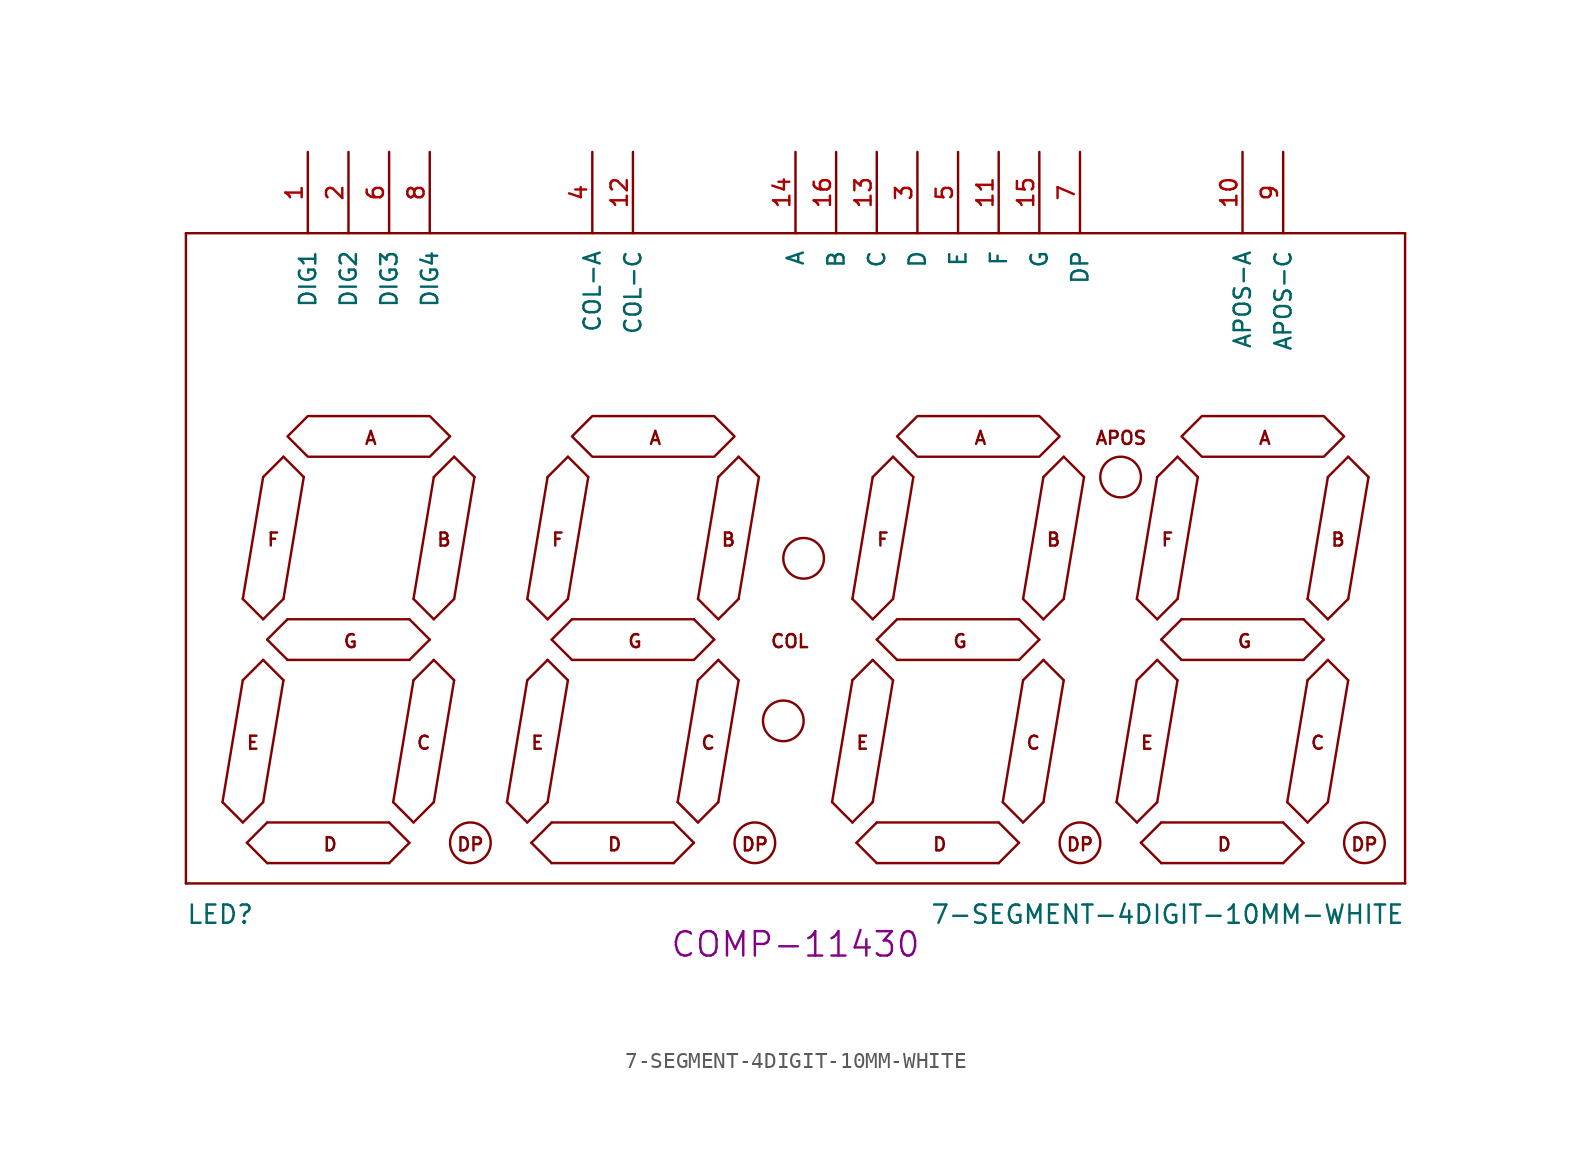
<source format=kicad_sym>
(kicad_symbol_lib
  (version 20220914)
  (generator kicad_symbol_editor)
  (symbol "7-SEGMENT-4DIGIT-10MM-WHITE"
    (pin_names
      (offset 1.016))
    (property "Reference" "LED"
      (at -38.1 -19.05 0)
      (effects (font (size 1.143 1.143)) (justify left top)))
    (property "Value" "7-SEGMENT-4DIGIT-10MM-WHITE"
      (at 38.1 -19.05 0)
      (effects (font (size 1.143 1.143)) (justify right top)))
    (property "Field4" "COMP-11430"
      (at 0 -21.59 0)
      (effects (font (size 1.524 1.524))))
    (property "ki_locked" ""
      (at 0 0 0)
      (effects (font (size 1.27 1.27))))
    (symbol "7-SEGMENT-4DIGIT-10MM-WHITE_1_0"
      (polyline (pts (xy -38.1 -17.78) (xy -38.1 22.86)) (stroke (width 0) (type solid)) (fill (type none)))
      (polyline (pts (xy -35.814 -12.7) (xy -34.544 -13.97)) (stroke (width 0) (type solid)) (fill (type none)))
      (polyline (pts (xy -34.544 -13.97) (xy -33.274 -12.7)) (stroke (width 0) (type solid)) (fill (type none)))
      (polyline (pts (xy -34.544 -5.08) (xy -35.814 -12.7)) (stroke (width 0) (type solid)) (fill (type none)))
      (polyline (pts (xy -34.544 0) (xy -33.274 -1.27)) (stroke (width 0) (type solid)) (fill (type none)))
      (polyline (pts (xy -34.29 -15.24) (xy -33.02 -16.51)) (stroke (width 0) (type solid)) (fill (type none)))
      (polyline (pts (xy -34.29 -15.24) (xy -33.02 -13.97)) (stroke (width 0) (type solid)) (fill (type none)))
      (polyline (pts (xy -33.274 -12.7) (xy -32.004 -5.08)) (stroke (width 0) (type solid)) (fill (type none)))
      (polyline (pts (xy -33.274 -3.81) (xy -34.544 -5.08)) (stroke (width 0) (type solid)) (fill (type none)))
      (polyline (pts (xy -33.274 -3.81) (xy -32.004 -5.08)) (stroke (width 0) (type solid)) (fill (type none)))
      (polyline (pts (xy -33.274 -1.27) (xy -32.004 0)) (stroke (width 0) (type solid)) (fill (type none)))
      (polyline (pts (xy -33.274 7.62) (xy -34.544 0)) (stroke (width 0) (type solid)) (fill (type none)))
      (polyline (pts (xy -33.02 -16.51) (xy -25.4 -16.51)) (stroke (width 0) (type solid)) (fill (type none)))
      (polyline (pts (xy -33.02 -2.54) (xy -31.75 -3.81)) (stroke (width 0) (type solid)) (fill (type none)))
      (polyline (pts (xy -33.02 -2.54) (xy -31.75 -1.27)) (stroke (width 0) (type solid)) (fill (type none)))
      (polyline (pts (xy -32.004 0) (xy -30.734 7.62)) (stroke (width 0) (type solid)) (fill (type none)))
      (polyline (pts (xy -32.004 8.89) (xy -33.274 7.62)) (stroke (width 0) (type solid)) (fill (type none)))
      (polyline (pts (xy -32.004 8.89) (xy -30.734 7.62)) (stroke (width 0) (type solid)) (fill (type none)))
      (polyline (pts (xy -31.75 -3.81) (xy -24.13 -3.81)) (stroke (width 0) (type solid)) (fill (type none)))
      (polyline (pts (xy -25.4 -16.51) (xy -24.13 -15.24)) (stroke (width 0) (type solid)) (fill (type none)))
      (polyline (pts (xy -25.4 -13.97) (xy -33.02 -13.97)) (stroke (width 0) (type solid)) (fill (type none)))
      (polyline (pts (xy -25.146 -12.7) (xy -23.876 -13.97)) (stroke (width 0) (type solid)) (fill (type none)))
      (polyline (pts (xy -24.13 -15.24) (xy -25.4 -13.97)) (stroke (width 0) (type solid)) (fill (type none)))
      (polyline (pts (xy -24.13 -3.81) (xy -22.86 -2.54)) (stroke (width 0) (type solid)) (fill (type none)))
      (polyline (pts (xy -24.13 -1.27) (xy -31.75 -1.27)) (stroke (width 0) (type solid)) (fill (type none)))
      (polyline (pts (xy -23.876 -13.97) (xy -22.606 -12.7)) (stroke (width 0) (type solid)) (fill (type none)))
      (polyline (pts (xy -23.876 -5.08) (xy -25.146 -12.7)) (stroke (width 0) (type solid)) (fill (type none)))
      (polyline (pts (xy -23.876 0) (xy -22.606 -1.27)) (stroke (width 0) (type solid)) (fill (type none)))
      (polyline (pts (xy -22.86 -2.54) (xy -24.13 -1.27)) (stroke (width 0) (type solid)) (fill (type none)))
      (polyline (pts (xy -22.606 -12.7) (xy -21.336 -5.08)) (stroke (width 0) (type solid)) (fill (type none)))
      (polyline (pts (xy -22.606 -3.81) (xy -23.876 -5.08)) (stroke (width 0) (type solid)) (fill (type none)))
      (polyline (pts (xy -22.606 -3.81) (xy -21.336 -5.08)) (stroke (width 0) (type solid)) (fill (type none)))
      (polyline (pts (xy -22.606 -1.27) (xy -21.336 0)) (stroke (width 0) (type solid)) (fill (type none)))
      (polyline (pts (xy -22.606 7.62) (xy -23.876 0)) (stroke (width 0) (type solid)) (fill (type none)))
      (polyline (pts (xy -21.336 0) (xy -20.066 7.62)) (stroke (width 0) (type solid)) (fill (type none)))
      (polyline (pts (xy -21.336 8.89) (xy -22.606 7.62)) (stroke (width 0) (type solid)) (fill (type none)))
      (polyline (pts (xy -21.336 8.89) (xy -20.066 7.62)) (stroke (width 0) (type solid)) (fill (type none)))
      (polyline (pts (xy -18.034 -12.7) (xy -16.764 -13.97)) (stroke (width 0) (type solid)) (fill (type none)))
      (polyline (pts (xy -16.764 -13.97) (xy -15.494 -12.7)) (stroke (width 0) (type solid)) (fill (type none)))
      (polyline (pts (xy -16.764 -5.08) (xy -18.034 -12.7)) (stroke (width 0) (type solid)) (fill (type none)))
      (polyline (pts (xy -16.764 0) (xy -15.494 -1.27)) (stroke (width 0) (type solid)) (fill (type none)))
      (polyline (pts (xy -16.51 -15.24) (xy -15.24 -16.51)) (stroke (width 0) (type solid)) (fill (type none)))
      (polyline (pts (xy -16.51 -15.24) (xy -15.24 -13.97)) (stroke (width 0) (type solid)) (fill (type none)))
      (polyline (pts (xy -15.494 -12.7) (xy -14.224 -5.08)) (stroke (width 0) (type solid)) (fill (type none)))
      (polyline (pts (xy -15.494 -3.81) (xy -16.764 -5.08)) (stroke (width 0) (type solid)) (fill (type none)))
      (polyline (pts (xy -15.494 -3.81) (xy -14.224 -5.08)) (stroke (width 0) (type solid)) (fill (type none)))
      (polyline (pts (xy -15.494 -1.27) (xy -14.224 0)) (stroke (width 0) (type solid)) (fill (type none)))
      (polyline (pts (xy -15.494 7.62) (xy -16.764 0)) (stroke (width 0) (type solid)) (fill (type none)))
      (polyline (pts (xy -15.24 -16.51) (xy -7.62 -16.51)) (stroke (width 0) (type solid)) (fill (type none)))
      (polyline (pts (xy -15.24 -2.54) (xy -13.97 -3.81)) (stroke (width 0) (type solid)) (fill (type none)))
      (polyline (pts (xy -15.24 -2.54) (xy -13.97 -1.27)) (stroke (width 0) (type solid)) (fill (type none)))
      (polyline (pts (xy -14.224 0) (xy -12.954 7.62)) (stroke (width 0) (type solid)) (fill (type none)))
      (polyline (pts (xy -14.224 8.89) (xy -15.494 7.62)) (stroke (width 0) (type solid)) (fill (type none)))
      (polyline (pts (xy -14.224 8.89) (xy -12.954 7.62)) (stroke (width 0) (type solid)) (fill (type none)))
      (polyline (pts (xy -13.97 -3.81) (xy -6.35 -3.81)) (stroke (width 0) (type solid)) (fill (type none)))
      (polyline (pts (xy -7.62 -16.51) (xy -6.35 -15.24)) (stroke (width 0) (type solid)) (fill (type none)))
      (polyline (pts (xy -7.62 -13.97) (xy -15.24 -13.97)) (stroke (width 0) (type solid)) (fill (type none)))
      (polyline (pts (xy -7.366 -12.7) (xy -6.096 -13.97)) (stroke (width 0) (type solid)) (fill (type none)))
      (polyline (pts (xy -6.35 -15.24) (xy -7.62 -13.97)) (stroke (width 0) (type solid)) (fill (type none)))
      (polyline (pts (xy -6.35 -3.81) (xy -5.08 -2.54)) (stroke (width 0) (type solid)) (fill (type none)))
      (polyline (pts (xy -6.35 -1.27) (xy -13.97 -1.27)) (stroke (width 0) (type solid)) (fill (type none)))
      (polyline (pts (xy -6.096 -13.97) (xy -4.826 -12.7)) (stroke (width 0) (type solid)) (fill (type none)))
      (polyline (pts (xy -6.096 -5.08) (xy -7.366 -12.7)) (stroke (width 0) (type solid)) (fill (type none)))
      (polyline (pts (xy -6.096 0) (xy -4.826 -1.27)) (stroke (width 0) (type solid)) (fill (type none)))
      (polyline (pts (xy -5.08 -2.54) (xy -6.35 -1.27)) (stroke (width 0) (type solid)) (fill (type none)))
      (polyline (pts (xy -4.826 -12.7) (xy -3.556 -5.08)) (stroke (width 0) (type solid)) (fill (type none)))
      (polyline (pts (xy -4.826 -3.81) (xy -6.096 -5.08)) (stroke (width 0) (type solid)) (fill (type none)))
      (polyline (pts (xy -4.826 -3.81) (xy -3.556 -5.08)) (stroke (width 0) (type solid)) (fill (type none)))
      (polyline (pts (xy -4.826 -1.27) (xy -3.556 0)) (stroke (width 0) (type solid)) (fill (type none)))
      (polyline (pts (xy -4.826 7.62) (xy -6.096 0)) (stroke (width 0) (type solid)) (fill (type none)))
      (polyline (pts (xy -3.556 0) (xy -2.286 7.62)) (stroke (width 0) (type solid)) (fill (type none)))
      (polyline (pts (xy -3.556 8.89) (xy -4.826 7.62)) (stroke (width 0) (type solid)) (fill (type none)))
      (polyline (pts (xy -3.556 8.89) (xy -2.286 7.62)) (stroke (width 0) (type solid)) (fill (type none)))
      (polyline (pts (xy 2.286 -12.7) (xy 3.556 -13.97)) (stroke (width 0) (type solid)) (fill (type none)))
      (polyline (pts (xy 3.556 -13.97) (xy 4.826 -12.7)) (stroke (width 0) (type solid)) (fill (type none)))
      (polyline (pts (xy 3.556 -5.08) (xy 2.286 -12.7)) (stroke (width 0) (type solid)) (fill (type none)))
      (polyline (pts (xy 3.556 0) (xy 4.826 -1.27)) (stroke (width 0) (type solid)) (fill (type none)))
      (polyline (pts (xy 3.81 -15.24) (xy 5.08 -16.51)) (stroke (width 0) (type solid)) (fill (type none)))
      (polyline (pts (xy 3.81 -15.24) (xy 5.08 -13.97)) (stroke (width 0) (type solid)) (fill (type none)))
      (polyline (pts (xy 4.826 -12.7) (xy 6.096 -5.08)) (stroke (width 0) (type solid)) (fill (type none)))
      (polyline (pts (xy 4.826 -3.81) (xy 3.556 -5.08)) (stroke (width 0) (type solid)) (fill (type none)))
      (polyline (pts (xy 4.826 -3.81) (xy 6.096 -5.08)) (stroke (width 0) (type solid)) (fill (type none)))
      (polyline (pts (xy 4.826 -1.27) (xy 6.096 0)) (stroke (width 0) (type solid)) (fill (type none)))
      (polyline (pts (xy 4.826 7.62) (xy 3.556 0)) (stroke (width 0) (type solid)) (fill (type none)))
      (polyline (pts (xy 5.08 -16.51) (xy 12.7 -16.51)) (stroke (width 0) (type solid)) (fill (type none)))
      (polyline (pts (xy 5.08 -2.54) (xy 6.35 -3.81)) (stroke (width 0) (type solid)) (fill (type none)))
      (polyline (pts (xy 5.08 -2.54) (xy 6.35 -1.27)) (stroke (width 0) (type solid)) (fill (type none)))
      (polyline (pts (xy 6.096 0) (xy 7.366 7.62)) (stroke (width 0) (type solid)) (fill (type none)))
      (polyline (pts (xy 6.096 8.89) (xy 4.826 7.62)) (stroke (width 0) (type solid)) (fill (type none)))
      (polyline (pts (xy 6.096 8.89) (xy 7.366 7.62)) (stroke (width 0) (type solid)) (fill (type none)))
      (polyline (pts (xy 6.35 -3.81) (xy 13.97 -3.81)) (stroke (width 0) (type solid)) (fill (type none)))
      (polyline (pts (xy 12.7 -16.51) (xy 13.97 -15.24)) (stroke (width 0) (type solid)) (fill (type none)))
      (polyline (pts (xy 12.7 -13.97) (xy 5.08 -13.97)) (stroke (width 0) (type solid)) (fill (type none)))
      (polyline (pts (xy 12.954 -12.7) (xy 14.224 -13.97)) (stroke (width 0) (type solid)) (fill (type none)))
      (polyline (pts (xy 13.97 -15.24) (xy 12.7 -13.97)) (stroke (width 0) (type solid)) (fill (type none)))
      (polyline (pts (xy 13.97 -3.81) (xy 15.24 -2.54)) (stroke (width 0) (type solid)) (fill (type none)))
      (polyline (pts (xy 13.97 -1.27) (xy 6.35 -1.27)) (stroke (width 0) (type solid)) (fill (type none)))
      (polyline (pts (xy 14.224 -13.97) (xy 15.494 -12.7)) (stroke (width 0) (type solid)) (fill (type none)))
      (polyline (pts (xy 14.224 -5.08) (xy 12.954 -12.7)) (stroke (width 0) (type solid)) (fill (type none)))
      (polyline (pts (xy 14.224 0) (xy 15.494 -1.27)) (stroke (width 0) (type solid)) (fill (type none)))
      (polyline (pts (xy 15.24 -2.54) (xy 13.97 -1.27)) (stroke (width 0) (type solid)) (fill (type none)))
      (polyline (pts (xy 15.494 -12.7) (xy 16.764 -5.08)) (stroke (width 0) (type solid)) (fill (type none)))
      (polyline (pts (xy 15.494 -3.81) (xy 14.224 -5.08)) (stroke (width 0) (type solid)) (fill (type none)))
      (polyline (pts (xy 15.494 -3.81) (xy 16.764 -5.08)) (stroke (width 0) (type solid)) (fill (type none)))
      (polyline (pts (xy 15.494 -1.27) (xy 16.764 0)) (stroke (width 0) (type solid)) (fill (type none)))
      (polyline (pts (xy 15.494 7.62) (xy 14.224 0)) (stroke (width 0) (type solid)) (fill (type none)))
      (polyline (pts (xy 16.764 0) (xy 18.034 7.62)) (stroke (width 0) (type solid)) (fill (type none)))
      (polyline (pts (xy 16.764 8.89) (xy 15.494 7.62)) (stroke (width 0) (type solid)) (fill (type none)))
      (polyline (pts (xy 16.764 8.89) (xy 18.034 7.62)) (stroke (width 0) (type solid)) (fill (type none)))
      (polyline (pts (xy 20.066 -12.7) (xy 21.336 -13.97)) (stroke (width 0) (type solid)) (fill (type none)))
      (polyline (pts (xy 21.336 -13.97) (xy 22.606 -12.7)) (stroke (width 0) (type solid)) (fill (type none)))
      (polyline (pts (xy 21.336 -5.08) (xy 20.066 -12.7)) (stroke (width 0) (type solid)) (fill (type none)))
      (polyline (pts (xy 21.336 0) (xy 22.606 -1.27)) (stroke (width 0) (type solid)) (fill (type none)))
      (polyline (pts (xy 21.59 -15.24) (xy 22.86 -16.51)) (stroke (width 0) (type solid)) (fill (type none)))
      (polyline (pts (xy 21.59 -15.24) (xy 22.86 -13.97)) (stroke (width 0) (type solid)) (fill (type none)))
      (polyline (pts (xy 22.606 -12.7) (xy 23.876 -5.08)) (stroke (width 0) (type solid)) (fill (type none)))
      (polyline (pts (xy 22.606 -3.81) (xy 21.336 -5.08)) (stroke (width 0) (type solid)) (fill (type none)))
      (polyline (pts (xy 22.606 -3.81) (xy 23.876 -5.08)) (stroke (width 0) (type solid)) (fill (type none)))
      (polyline (pts (xy 22.606 -1.27) (xy 23.876 0)) (stroke (width 0) (type solid)) (fill (type none)))
      (polyline (pts (xy 22.606 7.62) (xy 21.336 0)) (stroke (width 0) (type solid)) (fill (type none)))
      (polyline (pts (xy 22.86 -16.51) (xy 30.48 -16.51)) (stroke (width 0) (type solid)) (fill (type none)))
      (polyline (pts (xy 22.86 -2.54) (xy 24.13 -3.81)) (stroke (width 0) (type solid)) (fill (type none)))
      (polyline (pts (xy 22.86 -2.54) (xy 24.13 -1.27)) (stroke (width 0) (type solid)) (fill (type none)))
      (polyline (pts (xy 23.876 0) (xy 25.146 7.62)) (stroke (width 0) (type solid)) (fill (type none)))
      (polyline (pts (xy 23.876 8.89) (xy 22.606 7.62)) (stroke (width 0) (type solid)) (fill (type none)))
      (polyline (pts (xy 23.876 8.89) (xy 25.146 7.62)) (stroke (width 0) (type solid)) (fill (type none)))
      (polyline (pts (xy 24.13 -3.81) (xy 31.75 -3.81)) (stroke (width 0) (type solid)) (fill (type none)))
      (polyline (pts (xy 30.48 -16.51) (xy 31.75 -15.24)) (stroke (width 0) (type solid)) (fill (type none)))
      (polyline (pts (xy 30.48 -13.97) (xy 22.86 -13.97)) (stroke (width 0) (type solid)) (fill (type none)))
      (polyline (pts (xy 30.734 -12.7) (xy 32.004 -13.97)) (stroke (width 0) (type solid)) (fill (type none)))
      (polyline (pts (xy 31.75 -15.24) (xy 30.48 -13.97)) (stroke (width 0) (type solid)) (fill (type none)))
      (polyline (pts (xy 31.75 -3.81) (xy 33.02 -2.54)) (stroke (width 0) (type solid)) (fill (type none)))
      (polyline (pts (xy 31.75 -1.27) (xy 24.13 -1.27)) (stroke (width 0) (type solid)) (fill (type none)))
      (polyline (pts (xy 32.004 -13.97) (xy 33.274 -12.7)) (stroke (width 0) (type solid)) (fill (type none)))
      (polyline (pts (xy 32.004 -5.08) (xy 30.734 -12.7)) (stroke (width 0) (type solid)) (fill (type none)))
      (polyline (pts (xy 32.004 0) (xy 33.274 -1.27)) (stroke (width 0) (type solid)) (fill (type none)))
      (polyline (pts (xy 33.02 -2.54) (xy 31.75 -1.27)) (stroke (width 0) (type solid)) (fill (type none)))
      (polyline (pts (xy 33.274 -12.7) (xy 34.544 -5.08)) (stroke (width 0) (type solid)) (fill (type none)))
      (polyline (pts (xy 33.274 -3.81) (xy 32.004 -5.08)) (stroke (width 0) (type solid)) (fill (type none)))
      (polyline (pts (xy 33.274 -3.81) (xy 34.544 -5.08)) (stroke (width 0) (type solid)) (fill (type none)))
      (polyline (pts (xy 33.274 -1.27) (xy 34.544 0)) (stroke (width 0) (type solid)) (fill (type none)))
      (polyline (pts (xy 33.274 7.62) (xy 32.004 0)) (stroke (width 0) (type solid)) (fill (type none)))
      (polyline (pts (xy 34.544 0) (xy 35.814 7.62)) (stroke (width 0) (type solid)) (fill (type none)))
      (polyline (pts (xy 34.544 8.89) (xy 33.274 7.62)) (stroke (width 0) (type solid)) (fill (type none)))
      (polyline (pts (xy 34.544 8.89) (xy 35.814 7.62)) (stroke (width 0) (type solid)) (fill (type none)))
      (polyline (pts (xy 38.1 -17.78) (xy -38.1 -17.78)) (stroke (width 0) (type solid)) (fill (type none)))
      (polyline (pts (xy 38.1 22.86) (xy -38.1 22.86)) (stroke (width 0) (type solid)) (fill (type none)))
      (polyline (pts (xy 38.1 22.86) (xy 38.1 -17.78)) (stroke (width 0) (type solid)) (fill (type none)))
      (text "A" (at -26.543 10.058 0) (effects (font (size 0.813 0.813))))
      (text "A" (at -8.763 10.058 0) (effects (font (size 0.813 0.813))))
      (text "A" (at 11.557 10.058 0) (effects (font (size 0.813 0.813))))
      (text "A" (at 29.337 10.058 0) (effects (font (size 0.813 0.813))))
      (text "APOS" (at 20.345 10.058 0) (effects (font (size 0.813 0.813))))
      (text "B" (at -21.971 3.708 0) (effects (font (size 0.813 0.813))))
      (text "B" (at -4.191 3.708 0) (effects (font (size 0.813 0.813))))
      (text "B" (at 16.129 3.708 0) (effects (font (size 0.813 0.813))))
      (text "B" (at 33.909 3.708 0) (effects (font (size 0.813 0.813))))
      (text "C" (at -23.241 -8.992 0) (effects (font (size 0.813 0.813))))
      (text "C" (at -5.461 -8.992 0) (effects (font (size 0.813 0.813))))
      (text "C" (at 14.859 -8.992 0) (effects (font (size 0.813 0.813))))
      (text "C" (at 32.639 -8.992 0) (effects (font (size 0.813 0.813))))
      (text "COL" (at -0.356 -2.642 0) (effects (font (size 0.813 0.813))))
      (text "D" (at -29.083 -15.342 0) (effects (font (size 0.813 0.813))))
      (text "D" (at -11.303 -15.342 0) (effects (font (size 0.813 0.813))))
      (text "D" (at 9.017 -15.342 0) (effects (font (size 0.813 0.813))))
      (text "D" (at 26.797 -15.342 0) (effects (font (size 0.813 0.813))))
      (text "DP" (at -20.32 -15.342 0) (effects (font (size 0.813 0.813))))
      (text "DP" (at -2.54 -15.342 0) (effects (font (size 0.813 0.813))))
      (text "DP" (at 17.78 -15.342 0) (effects (font (size 0.813 0.813))))
      (text "DP" (at 35.56 -15.342 0) (effects (font (size 0.813 0.813))))
      (text "E" (at -33.909 -8.992 0) (effects (font (size 0.813 0.813))))
      (text "E" (at -16.129 -8.992 0) (effects (font (size 0.813 0.813))))
      (text "E" (at 4.191 -8.992 0) (effects (font (size 0.813 0.813))))
      (text "E" (at 21.971 -8.992 0) (effects (font (size 0.813 0.813))))
      (text "F" (at -32.639 3.708 0) (effects (font (size 0.813 0.813))))
      (text "F" (at -14.859 3.708 0) (effects (font (size 0.813 0.813))))
      (text "F" (at 5.461 3.708 0) (effects (font (size 0.813 0.813))))
      (text "F" (at 23.241 3.708 0) (effects (font (size 0.813 0.813))))
      (text "G" (at -27.813 -2.642 0) (effects (font (size 0.813 0.813))))
      (text "G" (at -10.033 -2.642 0) (effects (font (size 0.813 0.813))))
      (text "G" (at 10.287 -2.642 0) (effects (font (size 0.813 0.813))))
      (text "G" (at 28.067 -2.642 0) (effects (font (size 0.813 0.813)))))
    (symbol "7-SEGMENT-4DIGIT-10MM-WHITE_1_1"
      (circle (center -20.32 -15.24) (radius 1.27) (stroke (width 0) (type solid)) (fill (type none)))
      (circle (center -2.54 -15.24) (radius 1.27) (stroke (width 0) (type solid)) (fill (type none)))
      (circle (center -0.762 -7.62) (radius 1.27) (stroke (width 0) (type solid)) (fill (type none)))
      (polyline (pts (xy -22.86 11.43) (xy -21.59 10.16) (xy -22.86 8.89) (xy -30.48 8.89) (xy -31.75 10.16) (xy -30.48 11.43) (xy -22.86 11.43)) (stroke (width 0) (type solid)) (fill (type none)))
      (polyline (pts (xy -5.08 11.43) (xy -3.81 10.16) (xy -5.08 8.89) (xy -12.7 8.89) (xy -13.97 10.16) (xy -12.7 11.43) (xy -5.08 11.43)) (stroke (width 0) (type solid)) (fill (type none)))
      (polyline (pts (xy 15.24 11.43) (xy 16.51 10.16) (xy 15.24 8.89) (xy 7.62 8.89) (xy 6.35 10.16) (xy 7.62 11.43) (xy 15.24 11.43)) (stroke (width 0) (type solid)) (fill (type none)))
      (polyline (pts (xy 33.02 11.43) (xy 34.29 10.16) (xy 33.02 8.89) (xy 25.4 8.89) (xy 24.13 10.16) (xy 25.4 11.43) (xy 33.02 11.43)) (stroke (width 0) (type solid)) (fill (type none)))
      (circle (center 0.508 2.54) (radius 1.27) (stroke (width 0) (type solid)) (fill (type none)))
      (circle (center 17.78 -15.24) (radius 1.27) (stroke (width 0) (type solid)) (fill (type none)))
      (circle (center 20.32 7.62) (radius 1.27) (stroke (width 0) (type solid)) (fill (type none)))
      (circle (center 35.56 -15.24) (radius 1.27) (stroke (width 0) (type solid)) (fill (type none)))
      (pin bidirectional line (at -30.48 27.94 270) (length 5.08) (name "DIG1" (effects (font (size 1.016 1.016)))) (number "1" (effects (font (size 1.016 1.016)))))
      (pin bidirectional line (at 27.94 27.94 270) (length 5.08) (name "APOS-A" (effects (font (size 1.016 1.016)))) (number "10" (effects (font (size 1.016 1.016)))))
      (pin bidirectional line (at 12.7 27.94 270) (length 5.08) (name "F" (effects (font (size 1.016 1.016)))) (number "11" (effects (font (size 1.016 1.016)))))
      (pin bidirectional line (at -10.16 27.94 270) (length 5.08) (name "COL-C" (effects (font (size 1.016 1.016)))) (number "12" (effects (font (size 1.016 1.016)))))
      (pin bidirectional line (at 5.08 27.94 270) (length 5.08) (name "C" (effects (font (size 1.016 1.016)))) (number "13" (effects (font (size 1.016 1.016)))))
      (pin bidirectional line (at 0 27.94 270) (length 5.08) (name "A" (effects (font (size 1.016 1.016)))) (number "14" (effects (font (size 1.016 1.016)))))
      (pin bidirectional line (at 15.24 27.94 270) (length 5.08) (name "G" (effects (font (size 1.016 1.016)))) (number "15" (effects (font (size 1.016 1.016)))))
      (pin bidirectional line (at 2.54 27.94 270) (length 5.08) (name "B" (effects (font (size 1.016 1.016)))) (number "16" (effects (font (size 1.016 1.016)))))
      (pin bidirectional line (at -27.94 27.94 270) (length 5.08) (name "DIG2" (effects (font (size 1.016 1.016)))) (number "2" (effects (font (size 1.016 1.016)))))
      (pin bidirectional line (at 7.62 27.94 270) (length 5.08) (name "D" (effects (font (size 1.016 1.016)))) (number "3" (effects (font (size 1.016 1.016)))))
      (pin bidirectional line (at -12.7 27.94 270) (length 5.08) (name "COL-A" (effects (font (size 1.016 1.016)))) (number "4" (effects (font (size 1.016 1.016)))))
      (pin bidirectional line (at 10.16 27.94 270) (length 5.08) (name "E" (effects (font (size 1.016 1.016)))) (number "5" (effects (font (size 1.016 1.016)))))
      (pin bidirectional line (at -25.4 27.94 270) (length 5.08) (name "DIG3" (effects (font (size 1.016 1.016)))) (number "6" (effects (font (size 1.016 1.016)))))
      (pin bidirectional line (at 17.78 27.94 270) (length 5.08) (name "DP" (effects (font (size 1.016 1.016)))) (number "7" (effects (font (size 1.016 1.016)))))
      (pin bidirectional line (at -22.86 27.94 270) (length 5.08) (name "DIG4" (effects (font (size 1.016 1.016)))) (number "8" (effects (font (size 1.016 1.016)))))
      (pin bidirectional line (at 30.48 27.94 270) (length 5.08) (name "APOS-C" (effects (font (size 1.016 1.016)))) (number "9" (effects (font (size 1.016 1.016))))))))
</source>
